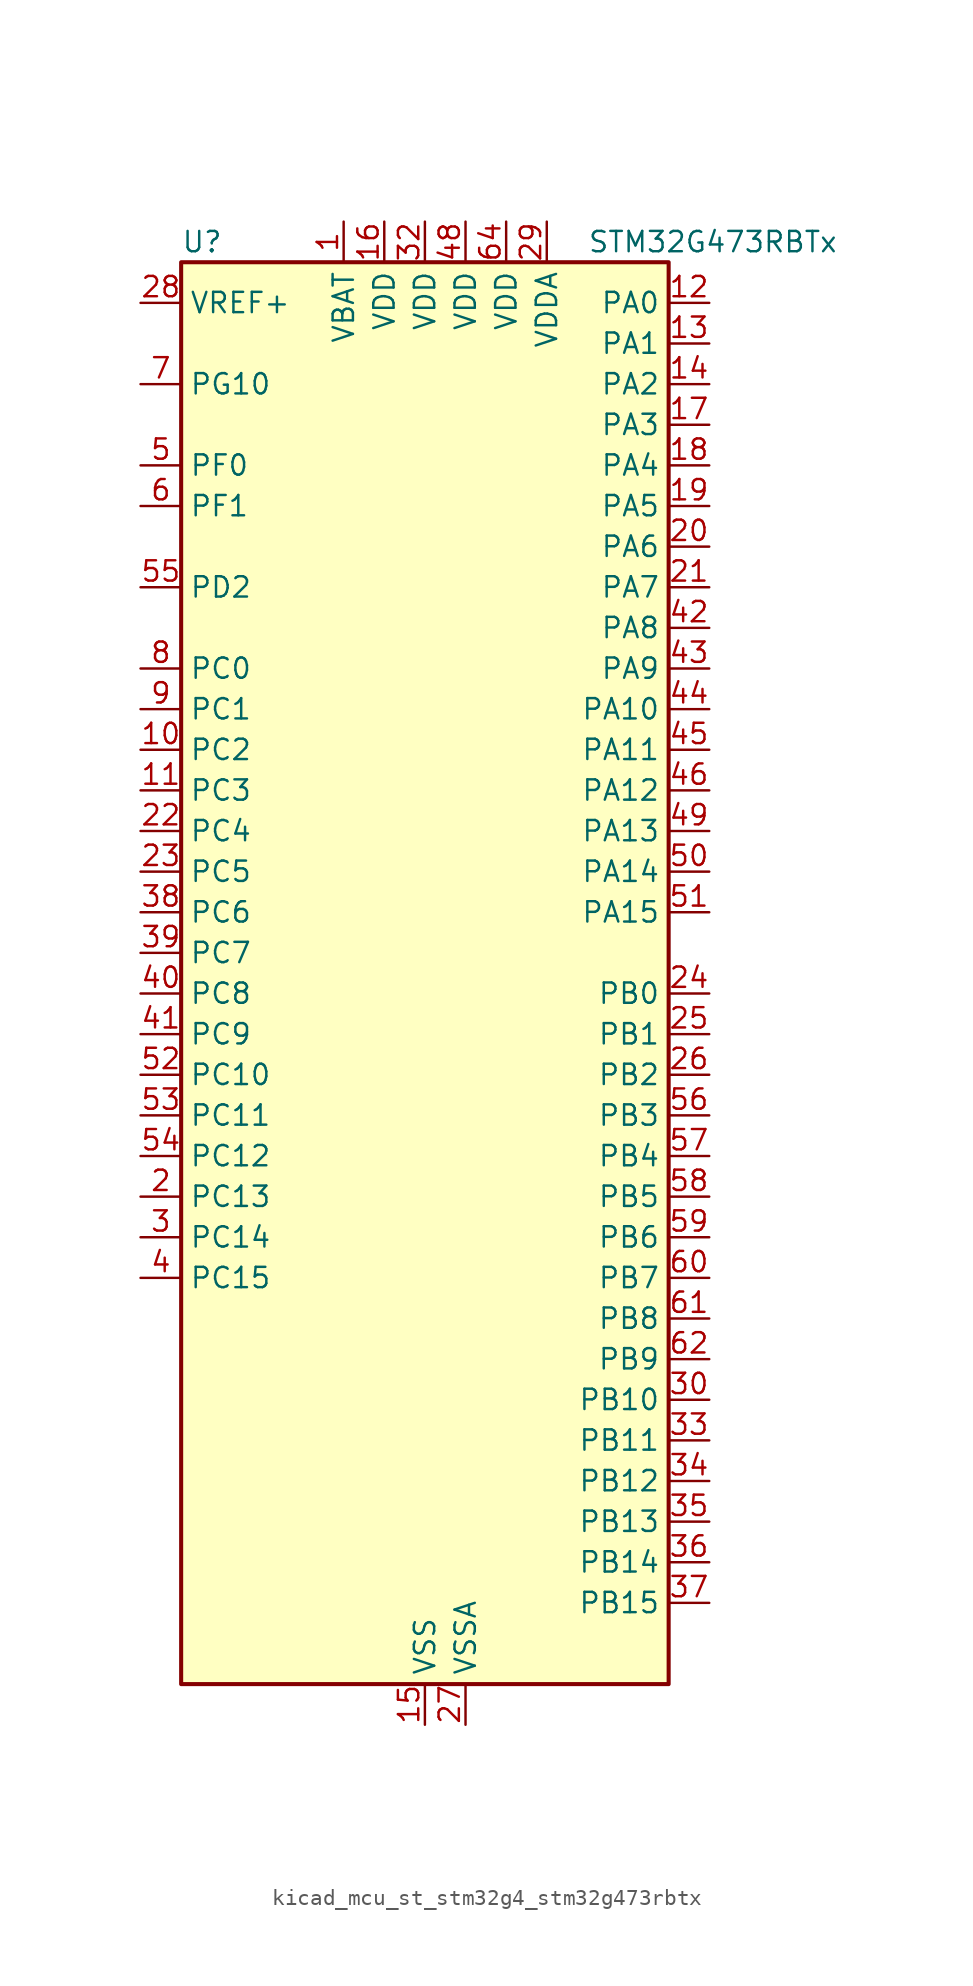
<source format=kicad_sym>
(kicad_symbol_lib
  (version 20220914)
  (generator kicad_symbol_editor)
  (symbol "kicad_mcu_st_stm32g4_stm32g473rbtx"
    (property "Reference" "U"
      (at -15.24 46.99 0)
      (effects (font (size 1.27 1.27)) (justify left)))
    (property "Value" "STM32G473RBTx"
      (at 10.16 46.99 0)
      (effects (font (size 1.27 1.27)) (justify left)))
    (property "ki_locked" ""
      (at 0 0 0)
      (effects (font (size 1.27 1.27))))
    (symbol "kicad_mcu_st_stm32g4_stm32g473rbtx_0_1"
      (rectangle (start -15.24 -43.18) (end 15.24 45.72) (stroke (width 0.254) (type default)) (fill (type background))))
    (symbol "kicad_mcu_st_stm32g4_stm32g473rbtx_1_1"
      (pin power_in line (at -5.08 48.26 270) (length 2.54) (name "VBAT" (effects (font (size 1.27 1.27)))) (number "1" (effects (font (size 1.27 1.27)))))
      (pin bidirectional line (at -17.78 15.24 0) (length 2.54) (name "PC2" (effects (font (size 1.27 1.27)))) (number "10" (effects (font (size 1.27 1.27)))) (alternate "ADC1_IN8" bidirectional line) (alternate "ADC2_IN8" bidirectional line) (alternate "ADC3_EXTI2" bidirectional line) (alternate "ADC4_EXTI2" bidirectional line) (alternate "ADC5_EXTI2" bidirectional line) (alternate "COMP3_OUT" bidirectional line) (alternate "LPTIM1_IN2" bidirectional line) (alternate "QUADSPI1_BK2_IO1" bidirectional line) (alternate "TIM1_CH3" bidirectional line) (alternate "TIM20_CH2" bidirectional line))
      (pin bidirectional line (at -17.78 12.7 0) (length 2.54) (name "PC3" (effects (font (size 1.27 1.27)))) (number "11" (effects (font (size 1.27 1.27)))) (alternate "ADC1_IN9" bidirectional line) (alternate "ADC2_IN9" bidirectional line) (alternate "ADC3_EXTI3" bidirectional line) (alternate "ADC4_EXTI3" bidirectional line) (alternate "ADC5_EXTI3" bidirectional line) (alternate "LPTIM1_ETR" bidirectional line) (alternate "OPAMP5_VINP" bidirectional line) (alternate "OPAMP5_VINP_SEC" bidirectional line) (alternate "QUADSPI1_BK2_IO2" bidirectional line) (alternate "SAI1_D1" bidirectional line) (alternate "SAI1_SD_A" bidirectional line) (alternate "TIM1_BKIN2" bidirectional line) (alternate "TIM1_CH4" bidirectional line))
      (pin bidirectional line (at 17.78 43.18 180) (length 2.54) (name "PA0" (effects (font (size 1.27 1.27)))) (number "12" (effects (font (size 1.27 1.27)))) (alternate "ADC1_IN1" bidirectional line) (alternate "ADC2_IN1" bidirectional line) (alternate "COMP1_INM" bidirectional line) (alternate "COMP1_OUT" bidirectional line) (alternate "COMP3_INP" bidirectional line) (alternate "RTC_TAMP2" bidirectional line) (alternate "SYS_WKUP1" bidirectional line) (alternate "TIM2_CH1" bidirectional line) (alternate "TIM2_ETR" bidirectional line) (alternate "TIM5_CH1" bidirectional line) (alternate "TIM8_BKIN" bidirectional line) (alternate "TIM8_ETR" bidirectional line) (alternate "USART2_CTS" bidirectional line) (alternate "USART2_NSS" bidirectional line))
      (pin bidirectional line (at 17.78 40.64 180) (length 2.54) (name "PA1" (effects (font (size 1.27 1.27)))) (number "13" (effects (font (size 1.27 1.27)))) (alternate "ADC1_IN2" bidirectional line) (alternate "ADC2_IN2" bidirectional line) (alternate "COMP1_INP" bidirectional line) (alternate "OPAMP1_VINP" bidirectional line) (alternate "OPAMP1_VINP_SEC" bidirectional line) (alternate "OPAMP3_VINP" bidirectional line) (alternate "OPAMP3_VINP_SEC" bidirectional line) (alternate "OPAMP6_VINM" bidirectional line) (alternate "OPAMP6_VINM0" bidirectional line) (alternate "OPAMP6_VINM_SEC" bidirectional line) (alternate "RTC_REFIN" bidirectional line) (alternate "TIM15_CH1N" bidirectional line) (alternate "TIM2_CH2" bidirectional line) (alternate "TIM5_CH2" bidirectional line) (alternate "USART2_DE" bidirectional line) (alternate "USART2_RTS" bidirectional line))
      (pin bidirectional line (at 17.78 38.1 180) (length 2.54) (name "PA2" (effects (font (size 1.27 1.27)))) (number "14" (effects (font (size 1.27 1.27)))) (alternate "ADC1_IN3" bidirectional line) (alternate "ADC3_EXTI2" bidirectional line) (alternate "ADC4_EXTI2" bidirectional line) (alternate "ADC5_EXTI2" bidirectional line) (alternate "COMP2_INM" bidirectional line) (alternate "COMP2_OUT" bidirectional line) (alternate "LPUART1_TX" bidirectional line) (alternate "OPAMP1_VOUT" bidirectional line) (alternate "QUADSPI1_BK1_NCS" bidirectional line) (alternate "RCC_LSCO" bidirectional line) (alternate "SYS_WKUP4" bidirectional line) (alternate "TIM15_CH1" bidirectional line) (alternate "TIM2_CH3" bidirectional line) (alternate "TIM5_CH3" bidirectional line) (alternate "UCPD1_FRSTX1" bidirectional line) (alternate "UCPD1_FRSTX2" bidirectional line) (alternate "USART2_TX" bidirectional line))
      (pin power_in line (at 0 -45.72 90) (length 2.54) (name "VSS" (effects (font (size 1.27 1.27)))) (number "15" (effects (font (size 1.27 1.27)))))
      (pin power_in line (at -2.54 48.26 270) (length 2.54) (name "VDD" (effects (font (size 1.27 1.27)))) (number "16" (effects (font (size 1.27 1.27)))))
      (pin bidirectional line (at 17.78 35.56 180) (length 2.54) (name "PA3" (effects (font (size 1.27 1.27)))) (number "17" (effects (font (size 1.27 1.27)))) (alternate "ADC1_IN4" bidirectional line) (alternate "ADC3_EXTI3" bidirectional line) (alternate "ADC4_EXTI3" bidirectional line) (alternate "ADC5_EXTI3" bidirectional line) (alternate "COMP2_INP" bidirectional line) (alternate "LPUART1_RX" bidirectional line) (alternate "OPAMP1_VINM" bidirectional line) (alternate "OPAMP1_VINM0" bidirectional line) (alternate "OPAMP1_VINM_SEC" bidirectional line) (alternate "OPAMP1_VINP" bidirectional line) (alternate "OPAMP1_VINP_SEC" bidirectional line) (alternate "OPAMP5_VINM" bidirectional line) (alternate "OPAMP5_VINM1" bidirectional line) (alternate "OPAMP5_VINM_SEC" bidirectional line) (alternate "QUADSPI1_CLK" bidirectional line) (alternate "SAI1_CK1" bidirectional line) (alternate "SAI1_MCLK_A" bidirectional line) (alternate "TIM15_CH2" bidirectional line) (alternate "TIM2_CH4" bidirectional line) (alternate "TIM5_CH4" bidirectional line) (alternate "USART2_RX" bidirectional line))
      (pin bidirectional line (at 17.78 33.02 180) (length 2.54) (name "PA4" (effects (font (size 1.27 1.27)))) (number "18" (effects (font (size 1.27 1.27)))) (alternate "ADC2_IN17" bidirectional line) (alternate "COMP1_INM" bidirectional line) (alternate "DAC1_OUT1" bidirectional line) (alternate "I2S3_WS" bidirectional line) (alternate "SAI1_FS_B" bidirectional line) (alternate "SPI1_NSS" bidirectional line) (alternate "SPI3_NSS" bidirectional line) (alternate "TIM3_CH2" bidirectional line) (alternate "USART2_CK" bidirectional line))
      (pin bidirectional line (at 17.78 30.48 180) (length 2.54) (name "PA5" (effects (font (size 1.27 1.27)))) (number "19" (effects (font (size 1.27 1.27)))) (alternate "ADC2_IN13" bidirectional line) (alternate "COMP2_INM" bidirectional line) (alternate "DAC1_OUT2" bidirectional line) (alternate "OPAMP2_VINM" bidirectional line) (alternate "OPAMP2_VINM0" bidirectional line) (alternate "OPAMP2_VINM_SEC" bidirectional line) (alternate "SPI1_SCK" bidirectional line) (alternate "TIM2_CH1" bidirectional line) (alternate "TIM2_ETR" bidirectional line) (alternate "UCPD1_FRSTX1" bidirectional line) (alternate "UCPD1_FRSTX2" bidirectional line))
      (pin bidirectional line (at -17.78 -12.7 0) (length 2.54) (name "PC13" (effects (font (size 1.27 1.27)))) (number "2" (effects (font (size 1.27 1.27)))) (alternate "RTC_OUT1" bidirectional line) (alternate "RTC_TAMP1" bidirectional line) (alternate "RTC_TS" bidirectional line) (alternate "SYS_WKUP2" bidirectional line) (alternate "TIM1_BKIN" bidirectional line) (alternate "TIM1_CH1N" bidirectional line) (alternate "TIM8_CH4N" bidirectional line))
      (pin bidirectional line (at 17.78 27.94 180) (length 2.54) (name "PA6" (effects (font (size 1.27 1.27)))) (number "20" (effects (font (size 1.27 1.27)))) (alternate "ADC2_IN3" bidirectional line) (alternate "COMP1_OUT" bidirectional line) (alternate "DAC2_OUT1" bidirectional line) (alternate "LPUART1_CTS" bidirectional line) (alternate "OPAMP2_VOUT" bidirectional line) (alternate "QUADSPI1_BK1_IO3" bidirectional line) (alternate "SPI1_MISO" bidirectional line) (alternate "TIM16_CH1" bidirectional line) (alternate "TIM1_BKIN" bidirectional line) (alternate "TIM3_CH1" bidirectional line) (alternate "TIM8_BKIN" bidirectional line))
      (pin bidirectional line (at 17.78 25.4 180) (length 2.54) (name "PA7" (effects (font (size 1.27 1.27)))) (number "21" (effects (font (size 1.27 1.27)))) (alternate "ADC2_IN4" bidirectional line) (alternate "COMP2_INP" bidirectional line) (alternate "COMP2_OUT" bidirectional line) (alternate "OPAMP1_VINP" bidirectional line) (alternate "OPAMP1_VINP_SEC" bidirectional line) (alternate "OPAMP2_VINP" bidirectional line) (alternate "OPAMP2_VINP_SEC" bidirectional line) (alternate "QUADSPI1_BK1_IO2" bidirectional line) (alternate "SPI1_MOSI" bidirectional line) (alternate "TIM17_CH1" bidirectional line) (alternate "TIM1_CH1N" bidirectional line) (alternate "TIM3_CH2" bidirectional line) (alternate "TIM8_CH1N" bidirectional line) (alternate "UCPD1_FRSTX1" bidirectional line) (alternate "UCPD1_FRSTX2" bidirectional line))
      (pin bidirectional line (at -17.78 10.16 0) (length 2.54) (name "PC4" (effects (font (size 1.27 1.27)))) (number "22" (effects (font (size 1.27 1.27)))) (alternate "ADC2_IN5" bidirectional line) (alternate "I2C2_SCL" bidirectional line) (alternate "QUADSPI1_BK2_IO3" bidirectional line) (alternate "TIM1_ETR" bidirectional line) (alternate "USART1_TX" bidirectional line))
      (pin bidirectional line (at -17.78 7.62 0) (length 2.54) (name "PC5" (effects (font (size 1.27 1.27)))) (number "23" (effects (font (size 1.27 1.27)))) (alternate "ADC2_IN11" bidirectional line) (alternate "OPAMP1_VINM" bidirectional line) (alternate "OPAMP1_VINM1" bidirectional line) (alternate "OPAMP1_VINM_SEC" bidirectional line) (alternate "OPAMP2_VINM" bidirectional line) (alternate "OPAMP2_VINM1" bidirectional line) (alternate "OPAMP2_VINM_SEC" bidirectional line) (alternate "SAI1_D3" bidirectional line) (alternate "SYS_WKUP5" bidirectional line) (alternate "TIM15_BKIN" bidirectional line) (alternate "TIM1_CH4N" bidirectional line) (alternate "USART1_RX" bidirectional line))
      (pin bidirectional line (at 17.78 0 180) (length 2.54) (name "PB0" (effects (font (size 1.27 1.27)))) (number "24" (effects (font (size 1.27 1.27)))) (alternate "ADC1_IN15" bidirectional line) (alternate "ADC3_IN12" bidirectional line) (alternate "COMP4_INP" bidirectional line) (alternate "OPAMP2_VINP" bidirectional line) (alternate "OPAMP2_VINP_SEC" bidirectional line) (alternate "OPAMP3_VINP" bidirectional line) (alternate "OPAMP3_VINP_SEC" bidirectional line) (alternate "QUADSPI1_BK1_IO1" bidirectional line) (alternate "TIM1_CH2N" bidirectional line) (alternate "TIM3_CH3" bidirectional line) (alternate "TIM8_CH2N" bidirectional line) (alternate "UCPD1_FRSTX1" bidirectional line) (alternate "UCPD1_FRSTX2" bidirectional line))
      (pin bidirectional line (at 17.78 -2.54 180) (length 2.54) (name "PB1" (effects (font (size 1.27 1.27)))) (number "25" (effects (font (size 1.27 1.27)))) (alternate "ADC1_IN12" bidirectional line) (alternate "ADC3_IN1" bidirectional line) (alternate "COMP1_INP" bidirectional line) (alternate "COMP4_OUT" bidirectional line) (alternate "LPUART1_DE" bidirectional line) (alternate "LPUART1_RTS" bidirectional line) (alternate "OPAMP3_VOUT" bidirectional line) (alternate "OPAMP6_VINM" bidirectional line) (alternate "OPAMP6_VINM1" bidirectional line) (alternate "OPAMP6_VINM_SEC" bidirectional line) (alternate "QUADSPI1_BK1_IO0" bidirectional line) (alternate "TIM1_CH3N" bidirectional line) (alternate "TIM3_CH4" bidirectional line) (alternate "TIM8_CH3N" bidirectional line))
      (pin bidirectional line (at 17.78 -5.08 180) (length 2.54) (name "PB2" (effects (font (size 1.27 1.27)))) (number "26" (effects (font (size 1.27 1.27)))) (alternate "ADC2_IN12" bidirectional line) (alternate "ADC3_EXTI2" bidirectional line) (alternate "ADC4_EXTI2" bidirectional line) (alternate "ADC5_EXTI2" bidirectional line) (alternate "COMP4_INM" bidirectional line) (alternate "I2C3_SMBA" bidirectional line) (alternate "LPTIM1_OUT" bidirectional line) (alternate "OPAMP3_VINM" bidirectional line) (alternate "OPAMP3_VINM0" bidirectional line) (alternate "OPAMP3_VINM_SEC" bidirectional line) (alternate "QUADSPI1_BK2_IO1" bidirectional line) (alternate "RTC_OUT2" bidirectional line) (alternate "TIM20_CH1" bidirectional line) (alternate "TIM5_CH1" bidirectional line))
      (pin power_in line (at 2.54 -45.72 90) (length 2.54) (name "VSSA" (effects (font (size 1.27 1.27)))) (number "27" (effects (font (size 1.27 1.27)))))
      (pin input line (at -17.78 43.18 0) (length 2.54) (name "VREF+" (effects (font (size 1.27 1.27)))) (number "28" (effects (font (size 1.27 1.27)))) (alternate "VREFBUF_OUT" bidirectional line))
      (pin power_in line (at 7.62 48.26 270) (length 2.54) (name "VDDA" (effects (font (size 1.27 1.27)))) (number "29" (effects (font (size 1.27 1.27)))))
      (pin bidirectional line (at -17.78 -15.24 0) (length 2.54) (name "PC14" (effects (font (size 1.27 1.27)))) (number "3" (effects (font (size 1.27 1.27)))) (alternate "RCC_OSC32_IN" bidirectional line))
      (pin bidirectional line (at 17.78 -25.4 180) (length 2.54) (name "PB10" (effects (font (size 1.27 1.27)))) (number "30" (effects (font (size 1.27 1.27)))) (alternate "COMP5_INM" bidirectional line) (alternate "DAC1_EXTI10" bidirectional line) (alternate "DAC2_EXTI10" bidirectional line) (alternate "DAC3_EXTI10" bidirectional line) (alternate "DAC4_EXTI10" bidirectional line) (alternate "LPUART1_RX" bidirectional line) (alternate "OPAMP3_VINM" bidirectional line) (alternate "OPAMP3_VINM1" bidirectional line) (alternate "OPAMP3_VINM_SEC" bidirectional line) (alternate "OPAMP4_VINM" bidirectional line) (alternate "OPAMP4_VINM0" bidirectional line) (alternate "OPAMP4_VINM_SEC" bidirectional line) (alternate "QUADSPI1_CLK" bidirectional line) (alternate "SAI1_SCK_A" bidirectional line) (alternate "TIM1_BKIN" bidirectional line) (alternate "TIM2_CH3" bidirectional line) (alternate "USART3_TX" bidirectional line))
      (pin passive line (at 0 -45.72 90) (length 2.54) hide (name "VSS" (effects (font (size 1.27 1.27)))) (number "31" (effects (font (size 1.27 1.27)))))
      (pin power_in line (at 0 48.26 270) (length 2.54) (name "VDD" (effects (font (size 1.27 1.27)))) (number "32" (effects (font (size 1.27 1.27)))))
      (pin bidirectional line (at 17.78 -27.94 180) (length 2.54) (name "PB11" (effects (font (size 1.27 1.27)))) (number "33" (effects (font (size 1.27 1.27)))) (alternate "ADC1_EXTI11" bidirectional line) (alternate "ADC1_IN14" bidirectional line) (alternate "ADC2_EXTI11" bidirectional line) (alternate "ADC2_IN14" bidirectional line) (alternate "COMP6_INP" bidirectional line) (alternate "LPUART1_TX" bidirectional line) (alternate "OPAMP4_VINP" bidirectional line) (alternate "OPAMP4_VINP_SEC" bidirectional line) (alternate "OPAMP6_VOUT" bidirectional line) (alternate "QUADSPI1_BK1_NCS" bidirectional line) (alternate "TIM2_CH4" bidirectional line) (alternate "USART3_RX" bidirectional line))
      (pin bidirectional line (at 17.78 -30.48 180) (length 2.54) (name "PB12" (effects (font (size 1.27 1.27)))) (number "34" (effects (font (size 1.27 1.27)))) (alternate "ADC1_IN11" bidirectional line) (alternate "ADC4_IN3" bidirectional line) (alternate "COMP7_INM" bidirectional line) (alternate "FDCAN2_RX" bidirectional line) (alternate "I2C2_SMBA" bidirectional line) (alternate "I2S2_WS" bidirectional line) (alternate "LPUART1_DE" bidirectional line) (alternate "LPUART1_RTS" bidirectional line) (alternate "OPAMP4_VOUT" bidirectional line) (alternate "OPAMP6_VINP" bidirectional line) (alternate "OPAMP6_VINP_SEC" bidirectional line) (alternate "SPI2_NSS" bidirectional line) (alternate "TIM1_BKIN" bidirectional line) (alternate "TIM5_ETR" bidirectional line) (alternate "USART3_CK" bidirectional line))
      (pin bidirectional line (at 17.78 -33.02 180) (length 2.54) (name "PB13" (effects (font (size 1.27 1.27)))) (number "35" (effects (font (size 1.27 1.27)))) (alternate "ADC3_IN5" bidirectional line) (alternate "COMP5_INP" bidirectional line) (alternate "FDCAN2_TX" bidirectional line) (alternate "I2S2_CK" bidirectional line) (alternate "LPUART1_CTS" bidirectional line) (alternate "OPAMP3_VINP" bidirectional line) (alternate "OPAMP3_VINP_SEC" bidirectional line) (alternate "OPAMP4_VINP" bidirectional line) (alternate "OPAMP4_VINP_SEC" bidirectional line) (alternate "OPAMP6_VINP" bidirectional line) (alternate "OPAMP6_VINP_SEC" bidirectional line) (alternate "SPI2_SCK" bidirectional line) (alternate "TIM1_CH1N" bidirectional line) (alternate "USART3_CTS" bidirectional line) (alternate "USART3_NSS" bidirectional line))
      (pin bidirectional line (at 17.78 -35.56 180) (length 2.54) (name "PB14" (effects (font (size 1.27 1.27)))) (number "36" (effects (font (size 1.27 1.27)))) (alternate "ADC1_IN5" bidirectional line) (alternate "ADC4_IN4" bidirectional line) (alternate "COMP4_OUT" bidirectional line) (alternate "COMP7_INP" bidirectional line) (alternate "OPAMP2_VINP" bidirectional line) (alternate "OPAMP2_VINP_SEC" bidirectional line) (alternate "OPAMP5_VINP" bidirectional line) (alternate "OPAMP5_VINP_SEC" bidirectional line) (alternate "SPI2_MISO" bidirectional line) (alternate "TIM15_CH1" bidirectional line) (alternate "TIM1_CH2N" bidirectional line) (alternate "USART3_DE" bidirectional line) (alternate "USART3_RTS" bidirectional line))
      (pin bidirectional line (at 17.78 -38.1 180) (length 2.54) (name "PB15" (effects (font (size 1.27 1.27)))) (number "37" (effects (font (size 1.27 1.27)))) (alternate "ADC1_EXTI15" bidirectional line) (alternate "ADC2_EXTI15" bidirectional line) (alternate "ADC2_IN15" bidirectional line) (alternate "ADC4_IN5" bidirectional line) (alternate "COMP3_OUT" bidirectional line) (alternate "COMP6_INM" bidirectional line) (alternate "I2S2_SD" bidirectional line) (alternate "OPAMP5_VINM" bidirectional line) (alternate "OPAMP5_VINM0" bidirectional line) (alternate "OPAMP5_VINM_SEC" bidirectional line) (alternate "RTC_REFIN" bidirectional line) (alternate "SPI2_MOSI" bidirectional line) (alternate "TIM15_CH1N" bidirectional line) (alternate "TIM15_CH2" bidirectional line) (alternate "TIM1_CH3N" bidirectional line))
      (pin bidirectional line (at -17.78 5.08 0) (length 2.54) (name "PC6" (effects (font (size 1.27 1.27)))) (number "38" (effects (font (size 1.27 1.27)))) (alternate "COMP6_OUT" bidirectional line) (alternate "I2C4_SCL" bidirectional line) (alternate "I2S2_MCK" bidirectional line) (alternate "TIM3_CH1" bidirectional line) (alternate "TIM8_CH1" bidirectional line))
      (pin bidirectional line (at -17.78 2.54 0) (length 2.54) (name "PC7" (effects (font (size 1.27 1.27)))) (number "39" (effects (font (size 1.27 1.27)))) (alternate "COMP5_OUT" bidirectional line) (alternate "I2C4_SDA" bidirectional line) (alternate "I2S3_MCK" bidirectional line) (alternate "TIM3_CH2" bidirectional line) (alternate "TIM8_CH2" bidirectional line))
      (pin bidirectional line (at -17.78 -17.78 0) (length 2.54) (name "PC15" (effects (font (size 1.27 1.27)))) (number "4" (effects (font (size 1.27 1.27)))) (alternate "ADC1_EXTI15" bidirectional line) (alternate "ADC2_EXTI15" bidirectional line) (alternate "RCC_OSC32_OUT" bidirectional line))
      (pin bidirectional line (at -17.78 0 0) (length 2.54) (name "PC8" (effects (font (size 1.27 1.27)))) (number "40" (effects (font (size 1.27 1.27)))) (alternate "COMP7_OUT" bidirectional line) (alternate "I2C3_SCL" bidirectional line) (alternate "TIM20_CH3" bidirectional line) (alternate "TIM3_CH3" bidirectional line) (alternate "TIM8_CH3" bidirectional line))
      (pin bidirectional line (at -17.78 -2.54 0) (length 2.54) (name "PC9" (effects (font (size 1.27 1.27)))) (number "41" (effects (font (size 1.27 1.27)))) (alternate "DAC1_EXTI9" bidirectional line) (alternate "DAC2_EXTI9" bidirectional line) (alternate "DAC3_EXTI9" bidirectional line) (alternate "DAC4_EXTI9" bidirectional line) (alternate "I2C3_SDA" bidirectional line) (alternate "I2S_CKIN" bidirectional line) (alternate "TIM3_CH4" bidirectional line) (alternate "TIM8_BKIN2" bidirectional line) (alternate "TIM8_CH4" bidirectional line))
      (pin bidirectional line (at 17.78 22.86 180) (length 2.54) (name "PA8" (effects (font (size 1.27 1.27)))) (number "42" (effects (font (size 1.27 1.27)))) (alternate "ADC5_IN1" bidirectional line) (alternate "COMP7_OUT" bidirectional line) (alternate "FDCAN3_RX" bidirectional line) (alternate "I2C2_SDA" bidirectional line) (alternate "I2C3_SCL" bidirectional line) (alternate "I2S2_MCK" bidirectional line) (alternate "OPAMP5_VOUT" bidirectional line) (alternate "RCC_MCO" bidirectional line) (alternate "SAI1_CK2" bidirectional line) (alternate "SAI1_SCK_A" bidirectional line) (alternate "TIM1_CH1" bidirectional line) (alternate "TIM4_ETR" bidirectional line) (alternate "USART1_CK" bidirectional line))
      (pin bidirectional line (at 17.78 20.32 180) (length 2.54) (name "PA9" (effects (font (size 1.27 1.27)))) (number "43" (effects (font (size 1.27 1.27)))) (alternate "ADC5_IN2" bidirectional line) (alternate "COMP5_OUT" bidirectional line) (alternate "DAC1_EXTI9" bidirectional line) (alternate "DAC2_EXTI9" bidirectional line) (alternate "DAC3_EXTI9" bidirectional line) (alternate "DAC4_EXTI9" bidirectional line) (alternate "I2C2_SCL" bidirectional line) (alternate "I2C3_SMBA" bidirectional line) (alternate "I2S3_MCK" bidirectional line) (alternate "SAI1_FS_A" bidirectional line) (alternate "TIM15_BKIN" bidirectional line) (alternate "TIM1_CH2" bidirectional line) (alternate "TIM2_CH3" bidirectional line) (alternate "UCPD1_DBCC1" bidirectional line) (alternate "USART1_TX" bidirectional line))
      (pin bidirectional line (at 17.78 17.78 180) (length 2.54) (name "PA10" (effects (font (size 1.27 1.27)))) (number "44" (effects (font (size 1.27 1.27)))) (alternate "COMP6_OUT" bidirectional line) (alternate "CRS_SYNC" bidirectional line) (alternate "DAC1_EXTI10" bidirectional line) (alternate "DAC2_EXTI10" bidirectional line) (alternate "DAC3_EXTI10" bidirectional line) (alternate "DAC4_EXTI10" bidirectional line) (alternate "I2C2_SMBA" bidirectional line) (alternate "SAI1_D1" bidirectional line) (alternate "SAI1_SD_A" bidirectional line) (alternate "SPI2_MISO" bidirectional line) (alternate "TIM17_BKIN" bidirectional line) (alternate "TIM1_CH3" bidirectional line) (alternate "TIM2_CH4" bidirectional line) (alternate "TIM8_BKIN" bidirectional line) (alternate "UCPD1_DBCC2" bidirectional line) (alternate "USART1_RX" bidirectional line))
      (pin bidirectional line (at 17.78 15.24 180) (length 2.54) (name "PA11" (effects (font (size 1.27 1.27)))) (number "45" (effects (font (size 1.27 1.27)))) (alternate "ADC1_EXTI11" bidirectional line) (alternate "ADC2_EXTI11" bidirectional line) (alternate "COMP1_OUT" bidirectional line) (alternate "FDCAN1_RX" bidirectional line) (alternate "I2S2_SD" bidirectional line) (alternate "SPI2_MOSI" bidirectional line) (alternate "TIM1_BKIN2" bidirectional line) (alternate "TIM1_CH1N" bidirectional line) (alternate "TIM1_CH4" bidirectional line) (alternate "TIM4_CH1" bidirectional line) (alternate "USART1_CTS" bidirectional line) (alternate "USART1_NSS" bidirectional line) (alternate "USB_DM" bidirectional line))
      (pin bidirectional line (at 17.78 12.7 180) (length 2.54) (name "PA12" (effects (font (size 1.27 1.27)))) (number "46" (effects (font (size 1.27 1.27)))) (alternate "COMP2_OUT" bidirectional line) (alternate "FDCAN1_TX" bidirectional line) (alternate "I2S_CKIN" bidirectional line) (alternate "TIM16_CH1" bidirectional line) (alternate "TIM1_CH2N" bidirectional line) (alternate "TIM1_ETR" bidirectional line) (alternate "TIM4_CH2" bidirectional line) (alternate "USART1_DE" bidirectional line) (alternate "USART1_RTS" bidirectional line) (alternate "USB_DP" bidirectional line))
      (pin passive line (at 0 -45.72 90) (length 2.54) hide (name "VSS" (effects (font (size 1.27 1.27)))) (number "47" (effects (font (size 1.27 1.27)))))
      (pin power_in line (at 2.54 48.26 270) (length 2.54) (name "VDD" (effects (font (size 1.27 1.27)))) (number "48" (effects (font (size 1.27 1.27)))))
      (pin bidirectional line (at 17.78 10.16 180) (length 2.54) (name "PA13" (effects (font (size 1.27 1.27)))) (number "49" (effects (font (size 1.27 1.27)))) (alternate "I2C1_SCL" bidirectional line) (alternate "I2C4_SCL" bidirectional line) (alternate "IR_OUT" bidirectional line) (alternate "SAI1_SD_B" bidirectional line) (alternate "SYS_JTMS-SWDIO" bidirectional line) (alternate "TIM16_CH1N" bidirectional line) (alternate "TIM4_CH3" bidirectional line) (alternate "USART3_CTS" bidirectional line) (alternate "USART3_NSS" bidirectional line))
      (pin bidirectional line (at -17.78 33.02 0) (length 2.54) (name "PF0" (effects (font (size 1.27 1.27)))) (number "5" (effects (font (size 1.27 1.27)))) (alternate "ADC1_IN10" bidirectional line) (alternate "I2C2_SDA" bidirectional line) (alternate "I2S2_WS" bidirectional line) (alternate "RCC_OSC_IN" bidirectional line) (alternate "SPI2_NSS" bidirectional line) (alternate "TIM1_CH3N" bidirectional line))
      (pin bidirectional line (at 17.78 7.62 180) (length 2.54) (name "PA14" (effects (font (size 1.27 1.27)))) (number "50" (effects (font (size 1.27 1.27)))) (alternate "I2C1_SDA" bidirectional line) (alternate "I2C4_SMBA" bidirectional line) (alternate "LPTIM1_OUT" bidirectional line) (alternate "SAI1_FS_B" bidirectional line) (alternate "SYS_JTCK-SWCLK" bidirectional line) (alternate "TIM1_BKIN" bidirectional line) (alternate "TIM8_CH2" bidirectional line) (alternate "USART2_TX" bidirectional line))
      (pin bidirectional line (at 17.78 5.08 180) (length 2.54) (name "PA15" (effects (font (size 1.27 1.27)))) (number "51" (effects (font (size 1.27 1.27)))) (alternate "ADC1_EXTI15" bidirectional line) (alternate "ADC2_EXTI15" bidirectional line) (alternate "FDCAN3_TX" bidirectional line) (alternate "I2C1_SCL" bidirectional line) (alternate "I2S3_WS" bidirectional line) (alternate "SPI1_NSS" bidirectional line) (alternate "SPI3_NSS" bidirectional line) (alternate "SYS_JTDI" bidirectional line) (alternate "TIM1_BKIN" bidirectional line) (alternate "TIM2_CH1" bidirectional line) (alternate "TIM2_ETR" bidirectional line) (alternate "TIM8_CH1" bidirectional line) (alternate "UART4_DE" bidirectional line) (alternate "UART4_RTS" bidirectional line) (alternate "USART2_RX" bidirectional line))
      (pin bidirectional line (at -17.78 -5.08 0) (length 2.54) (name "PC10" (effects (font (size 1.27 1.27)))) (number "52" (effects (font (size 1.27 1.27)))) (alternate "DAC1_EXTI10" bidirectional line) (alternate "DAC2_EXTI10" bidirectional line) (alternate "DAC3_EXTI10" bidirectional line) (alternate "DAC4_EXTI10" bidirectional line) (alternate "I2S3_CK" bidirectional line) (alternate "SPI3_SCK" bidirectional line) (alternate "TIM8_CH1N" bidirectional line) (alternate "UART4_TX" bidirectional line) (alternate "USART3_TX" bidirectional line))
      (pin bidirectional line (at -17.78 -7.62 0) (length 2.54) (name "PC11" (effects (font (size 1.27 1.27)))) (number "53" (effects (font (size 1.27 1.27)))) (alternate "ADC1_EXTI11" bidirectional line) (alternate "ADC2_EXTI11" bidirectional line) (alternate "I2C3_SDA" bidirectional line) (alternate "SPI3_MISO" bidirectional line) (alternate "TIM8_CH2N" bidirectional line) (alternate "UART4_RX" bidirectional line) (alternate "USART3_RX" bidirectional line))
      (pin bidirectional line (at -17.78 -10.16 0) (length 2.54) (name "PC12" (effects (font (size 1.27 1.27)))) (number "54" (effects (font (size 1.27 1.27)))) (alternate "I2S3_SD" bidirectional line) (alternate "SPI3_MOSI" bidirectional line) (alternate "TIM5_CH2" bidirectional line) (alternate "TIM8_CH3N" bidirectional line) (alternate "UART5_TX" bidirectional line) (alternate "UCPD1_FRSTX1" bidirectional line) (alternate "UCPD1_FRSTX2" bidirectional line) (alternate "USART3_CK" bidirectional line))
      (pin bidirectional line (at -17.78 25.4 0) (length 2.54) (name "PD2" (effects (font (size 1.27 1.27)))) (number "55" (effects (font (size 1.27 1.27)))) (alternate "ADC3_EXTI2" bidirectional line) (alternate "ADC4_EXTI2" bidirectional line) (alternate "ADC5_EXTI2" bidirectional line) (alternate "TIM3_ETR" bidirectional line) (alternate "TIM8_BKIN" bidirectional line) (alternate "UART5_RX" bidirectional line))
      (pin bidirectional line (at 17.78 -7.62 180) (length 2.54) (name "PB3" (effects (font (size 1.27 1.27)))) (number "56" (effects (font (size 1.27 1.27)))) (alternate "ADC3_EXTI3" bidirectional line) (alternate "ADC4_EXTI3" bidirectional line) (alternate "ADC5_EXTI3" bidirectional line) (alternate "CRS_SYNC" bidirectional line) (alternate "FDCAN3_RX" bidirectional line) (alternate "I2S3_CK" bidirectional line) (alternate "SAI1_SCK_B" bidirectional line) (alternate "SPI1_SCK" bidirectional line) (alternate "SPI3_SCK" bidirectional line) (alternate "SYS_JTDO-SWO" bidirectional line) (alternate "TIM2_CH2" bidirectional line) (alternate "TIM3_ETR" bidirectional line) (alternate "TIM4_ETR" bidirectional line) (alternate "TIM8_CH1N" bidirectional line) (alternate "USART2_TX" bidirectional line))
      (pin bidirectional line (at 17.78 -10.16 180) (length 2.54) (name "PB4" (effects (font (size 1.27 1.27)))) (number "57" (effects (font (size 1.27 1.27)))) (alternate "FDCAN3_TX" bidirectional line) (alternate "SAI1_MCLK_B" bidirectional line) (alternate "SPI1_MISO" bidirectional line) (alternate "SPI3_MISO" bidirectional line) (alternate "SYS_JTRST" bidirectional line) (alternate "TIM16_CH1" bidirectional line) (alternate "TIM17_BKIN" bidirectional line) (alternate "TIM3_CH1" bidirectional line) (alternate "TIM8_CH2N" bidirectional line) (alternate "UART5_DE" bidirectional line) (alternate "UART5_RTS" bidirectional line) (alternate "UCPD1_CC2" bidirectional line) (alternate "USART2_RX" bidirectional line))
      (pin bidirectional line (at 17.78 -12.7 180) (length 2.54) (name "PB5" (effects (font (size 1.27 1.27)))) (number "58" (effects (font (size 1.27 1.27)))) (alternate "FDCAN2_RX" bidirectional line) (alternate "I2C1_SMBA" bidirectional line) (alternate "I2C3_SDA" bidirectional line) (alternate "I2S3_SD" bidirectional line) (alternate "LPTIM1_IN1" bidirectional line) (alternate "SAI1_SD_B" bidirectional line) (alternate "SPI1_MOSI" bidirectional line) (alternate "SPI3_MOSI" bidirectional line) (alternate "TIM16_BKIN" bidirectional line) (alternate "TIM17_CH1" bidirectional line) (alternate "TIM3_CH2" bidirectional line) (alternate "TIM8_CH3N" bidirectional line) (alternate "UART5_CTS" bidirectional line) (alternate "USART2_CK" bidirectional line))
      (pin bidirectional line (at 17.78 -15.24 180) (length 2.54) (name "PB6" (effects (font (size 1.27 1.27)))) (number "59" (effects (font (size 1.27 1.27)))) (alternate "COMP4_OUT" bidirectional line) (alternate "FDCAN2_TX" bidirectional line) (alternate "LPTIM1_ETR" bidirectional line) (alternate "SAI1_FS_B" bidirectional line) (alternate "TIM16_CH1N" bidirectional line) (alternate "TIM4_CH1" bidirectional line) (alternate "TIM8_BKIN2" bidirectional line) (alternate "TIM8_CH1" bidirectional line) (alternate "TIM8_ETR" bidirectional line) (alternate "UCPD1_CC1" bidirectional line) (alternate "USART1_TX" bidirectional line))
      (pin bidirectional line (at -17.78 30.48 0) (length 2.54) (name "PF1" (effects (font (size 1.27 1.27)))) (number "6" (effects (font (size 1.27 1.27)))) (alternate "ADC2_IN10" bidirectional line) (alternate "COMP3_INM" bidirectional line) (alternate "I2S2_CK" bidirectional line) (alternate "RCC_OSC_OUT" bidirectional line) (alternate "SPI2_SCK" bidirectional line))
      (pin bidirectional line (at 17.78 -17.78 180) (length 2.54) (name "PB7" (effects (font (size 1.27 1.27)))) (number "60" (effects (font (size 1.27 1.27)))) (alternate "COMP3_OUT" bidirectional line) (alternate "I2C1_SDA" bidirectional line) (alternate "I2C4_SDA" bidirectional line) (alternate "LPTIM1_IN2" bidirectional line) (alternate "SYS_PVD_IN" bidirectional line) (alternate "TIM17_CH1N" bidirectional line) (alternate "TIM3_CH4" bidirectional line) (alternate "TIM4_CH2" bidirectional line) (alternate "TIM8_BKIN" bidirectional line) (alternate "UART4_CTS" bidirectional line) (alternate "USART1_RX" bidirectional line))
      (pin bidirectional line (at 17.78 -20.32 180) (length 2.54) (name "PB8" (effects (font (size 1.27 1.27)))) (number "61" (effects (font (size 1.27 1.27)))) (alternate "COMP1_OUT" bidirectional line) (alternate "FDCAN1_RX" bidirectional line) (alternate "I2C1_SCL" bidirectional line) (alternate "SAI1_CK1" bidirectional line) (alternate "SAI1_MCLK_A" bidirectional line) (alternate "TIM16_CH1" bidirectional line) (alternate "TIM1_BKIN" bidirectional line) (alternate "TIM4_CH3" bidirectional line) (alternate "TIM8_CH2" bidirectional line) (alternate "USART3_RX" bidirectional line))
      (pin bidirectional line (at 17.78 -22.86 180) (length 2.54) (name "PB9" (effects (font (size 1.27 1.27)))) (number "62" (effects (font (size 1.27 1.27)))) (alternate "COMP2_OUT" bidirectional line) (alternate "DAC1_EXTI9" bidirectional line) (alternate "DAC2_EXTI9" bidirectional line) (alternate "DAC3_EXTI9" bidirectional line) (alternate "DAC4_EXTI9" bidirectional line) (alternate "FDCAN1_TX" bidirectional line) (alternate "I2C1_SDA" bidirectional line) (alternate "IR_OUT" bidirectional line) (alternate "SAI1_D2" bidirectional line) (alternate "SAI1_FS_A" bidirectional line) (alternate "TIM17_CH1" bidirectional line) (alternate "TIM1_CH3N" bidirectional line) (alternate "TIM4_CH4" bidirectional line) (alternate "TIM8_CH3" bidirectional line) (alternate "USART3_TX" bidirectional line))
      (pin passive line (at 0 -45.72 90) (length 2.54) hide (name "VSS" (effects (font (size 1.27 1.27)))) (number "63" (effects (font (size 1.27 1.27)))))
      (pin power_in line (at 5.08 48.26 270) (length 2.54) (name "VDD" (effects (font (size 1.27 1.27)))) (number "64" (effects (font (size 1.27 1.27)))))
      (pin bidirectional line (at -17.78 38.1 0) (length 2.54) (name "PG10" (effects (font (size 1.27 1.27)))) (number "7" (effects (font (size 1.27 1.27)))) (alternate "DAC1_EXTI10" bidirectional line) (alternate "DAC2_EXTI10" bidirectional line) (alternate "DAC3_EXTI10" bidirectional line) (alternate "DAC4_EXTI10" bidirectional line) (alternate "RCC_MCO" bidirectional line))
      (pin bidirectional line (at -17.78 20.32 0) (length 2.54) (name "PC0" (effects (font (size 1.27 1.27)))) (number "8" (effects (font (size 1.27 1.27)))) (alternate "ADC1_IN6" bidirectional line) (alternate "ADC2_IN6" bidirectional line) (alternate "COMP3_INM" bidirectional line) (alternate "LPTIM1_IN1" bidirectional line) (alternate "LPUART1_RX" bidirectional line) (alternate "TIM1_CH1" bidirectional line))
      (pin bidirectional line (at -17.78 17.78 0) (length 2.54) (name "PC1" (effects (font (size 1.27 1.27)))) (number "9" (effects (font (size 1.27 1.27)))) (alternate "ADC1_IN7" bidirectional line) (alternate "ADC2_IN7" bidirectional line) (alternate "COMP3_INP" bidirectional line) (alternate "LPTIM1_OUT" bidirectional line) (alternate "LPUART1_TX" bidirectional line) (alternate "QUADSPI1_BK2_IO0" bidirectional line) (alternate "SAI1_SD_A" bidirectional line) (alternate "TIM1_CH2" bidirectional line)))))
</source>
